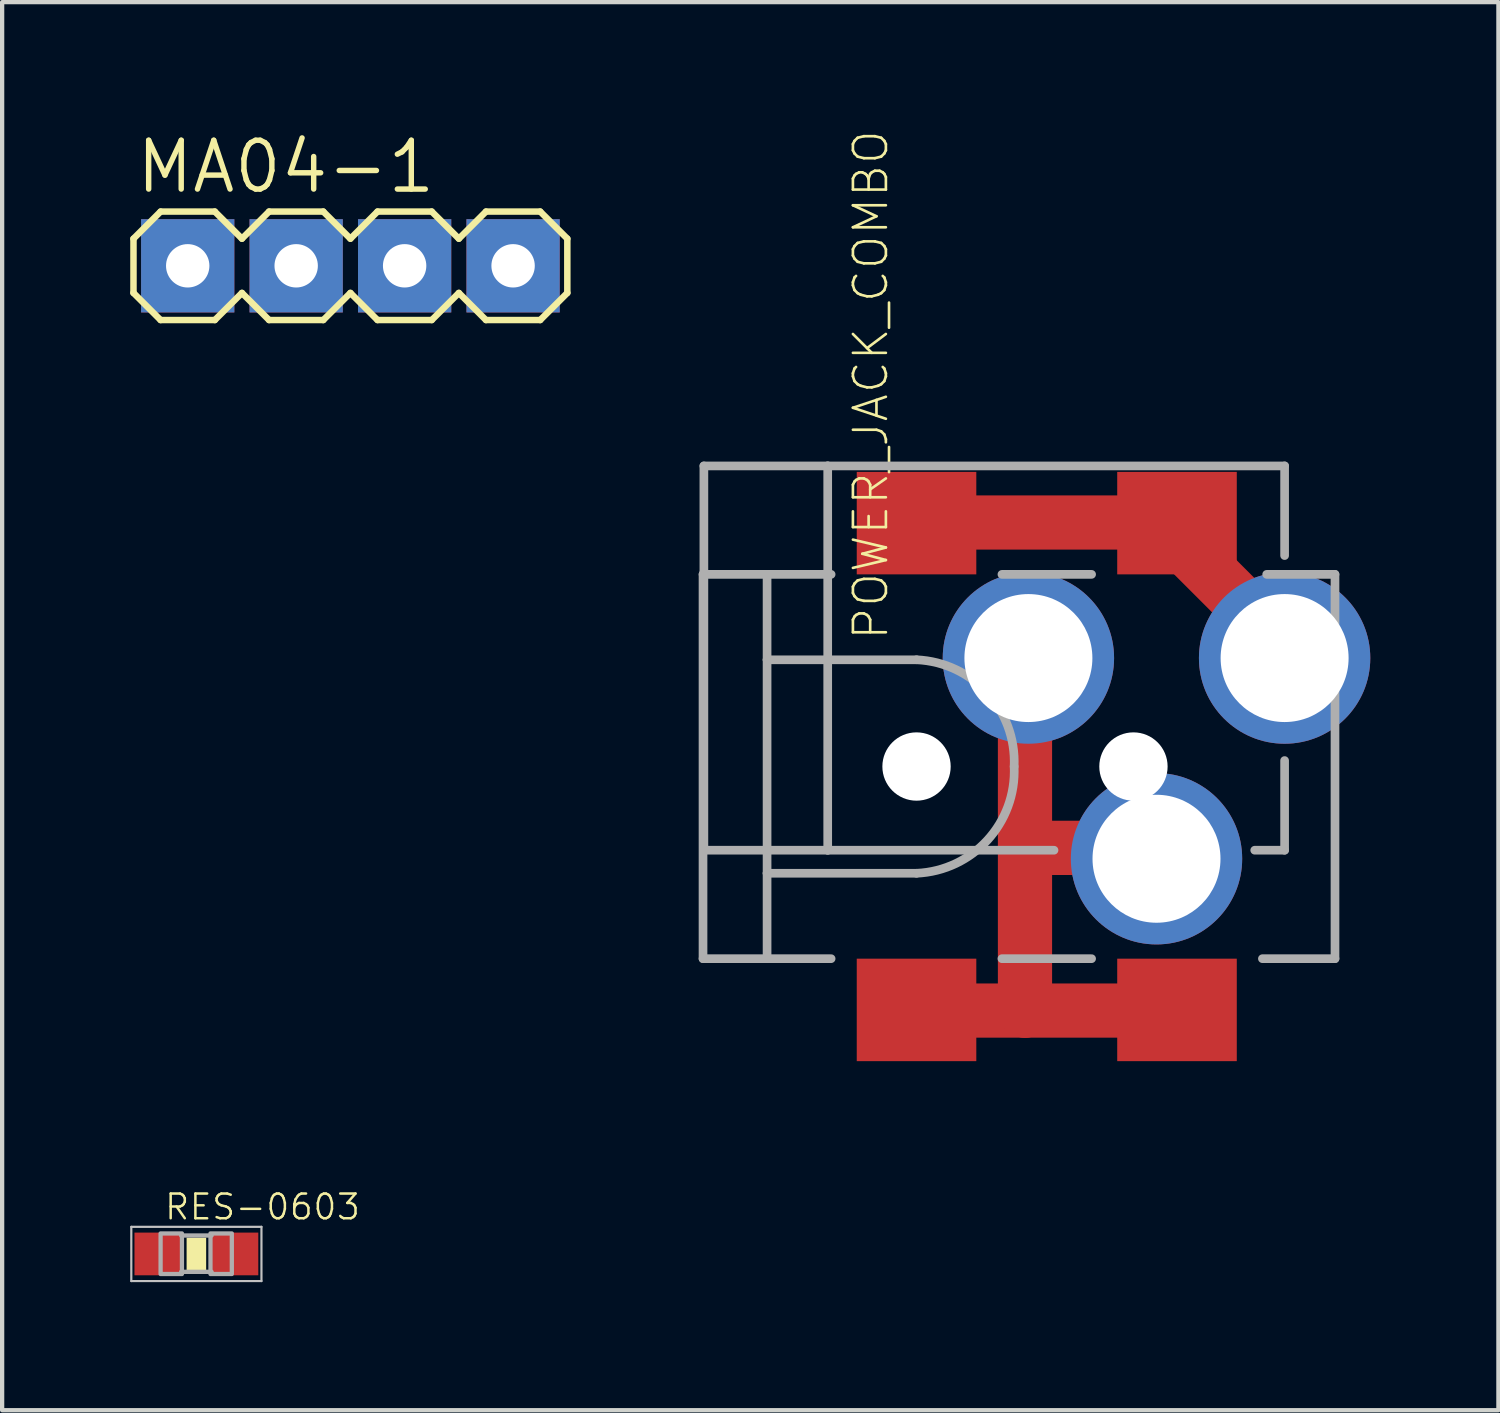
<source format=kicad_pcb>
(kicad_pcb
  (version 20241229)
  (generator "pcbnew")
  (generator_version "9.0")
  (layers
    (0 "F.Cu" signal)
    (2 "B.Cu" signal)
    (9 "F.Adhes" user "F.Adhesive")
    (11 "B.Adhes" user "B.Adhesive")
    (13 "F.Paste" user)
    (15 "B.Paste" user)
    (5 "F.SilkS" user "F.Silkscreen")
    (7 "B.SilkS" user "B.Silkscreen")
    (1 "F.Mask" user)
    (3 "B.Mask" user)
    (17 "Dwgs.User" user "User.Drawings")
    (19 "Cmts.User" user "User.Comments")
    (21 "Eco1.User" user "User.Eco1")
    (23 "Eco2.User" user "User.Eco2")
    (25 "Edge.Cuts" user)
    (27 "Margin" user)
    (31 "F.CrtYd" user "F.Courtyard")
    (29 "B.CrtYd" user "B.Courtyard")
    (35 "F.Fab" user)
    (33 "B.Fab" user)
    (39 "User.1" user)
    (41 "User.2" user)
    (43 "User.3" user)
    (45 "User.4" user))
  (footprint "RES-0603"
    (layer "F.Cu")
    (at 1.549 26.316)
    (property "Reference" "RES-0603" (at -0.778 -0.762 0) (layer "F.SilkS") (effects (font (size 0.579 0.579) (thickness 0.058)) (justify left bottom)))
    (attr through_hole)
    (fp_poly (pts (xy -0.229 0.381) (xy 0.229 0.381) (xy 0.229 -0.381) (xy -0.229 -0.381)) (stroke (width 0) (type solid)) (fill yes) (layer "F.SilkS"))
    (fp_line (start -1.524 -0.635) (end 1.524 -0.635) (stroke (width 0.051) (type solid)) (layer "Dwgs.User"))
    (fp_line (start -1.524 0.635) (end -1.524 -0.635) (stroke (width 0.051) (type solid)) (layer "Dwgs.User"))
    (fp_line (start 1.524 -0.635) (end 1.524 0.635) (stroke (width 0.051) (type solid)) (layer "Dwgs.User"))
    (fp_line (start 1.524 0.635) (end -1.524 0.635) (stroke (width 0.051) (type solid)) (layer "Dwgs.User"))
    (fp_line (start -0.356 -0.432) (end 0.356 -0.432) (stroke (width 0.102) (type solid)) (layer "F.Fab"))
    (fp_line (start -0.356 0.419) (end 0.356 0.419) (stroke (width 0.102) (type solid)) (layer "F.Fab"))
    (fp_poly (pts (xy -0.838 0.47) (xy -0.338 0.47) (xy -0.338 -0.48) (xy -0.838 -0.48)) (stroke (width 0.1) (type solid)) (fill no) (layer "F.Fab"))
    (fp_poly (pts (xy 0.33 0.47) (xy 0.83 0.47) (xy 0.83 -0.48) (xy 0.33 -0.48)) (stroke (width 0.1) (type solid)) (fill no) (layer "F.Fab"))
    (pad "1" smd rect (at -0.9 0) (size 1.1 1) (layers "F.Cu" "F.Mask" "F.Paste"))
    (pad "2" smd rect (at 0.9 0) (size 1.1 1) (layers "F.Cu" "F.Mask" "F.Paste")))
  (footprint "MA04-1"
    (layer "F.Cu")
    (at 5.156 3.175)
    (property "Reference" "MA04-1" (at -5.08 -1.651 0) (layer "F.SilkS") (effects (font (size 1.143 1.143) (thickness 0.127)) (justify left bottom)))
    (fp_line (start -5.08 -0.635) (end -5.08 0.635) (stroke (width 0.152) (type solid)) (layer "F.SilkS"))
    (fp_line (start -5.08 0.635) (end -4.445 1.27) (stroke (width 0.152) (type solid)) (layer "F.SilkS"))
    (fp_line (start -4.445 -1.27) (end -5.08 -0.635) (stroke (width 0.152) (type solid)) (layer "F.SilkS"))
    (fp_line (start -4.445 -1.27) (end -3.175 -1.27) (stroke (width 0.152) (type solid)) (layer "F.SilkS"))
    (fp_line (start -3.175 -1.27) (end -2.54 -0.635) (stroke (width 0.152) (type solid)) (layer "F.SilkS"))
    (fp_line (start -3.175 1.27) (end -4.445 1.27) (stroke (width 0.152) (type solid)) (layer "F.SilkS"))
    (fp_line (start -2.54 -0.635) (end -1.905 -1.27) (stroke (width 0.152) (type solid)) (layer "F.SilkS"))
    (fp_line (start -2.54 0.635) (end -3.175 1.27) (stroke (width 0.152) (type solid)) (layer "F.SilkS"))
    (fp_line (start -1.905 -1.27) (end -0.635 -1.27) (stroke (width 0.152) (type solid)) (layer "F.SilkS"))
    (fp_line (start -1.905 1.27) (end -2.54 0.635) (stroke (width 0.152) (type solid)) (layer "F.SilkS"))
    (fp_line (start -0.635 -1.27) (end 0 -0.635) (stroke (width 0.152) (type solid)) (layer "F.SilkS"))
    (fp_line (start -0.635 1.27) (end -1.905 1.27) (stroke (width 0.152) (type solid)) (layer "F.SilkS"))
    (fp_line (start 0 -0.635) (end 0.635 -1.27) (stroke (width 0.152) (type solid)) (layer "F.SilkS"))
    (fp_line (start 0 0.635) (end -0.635 1.27) (stroke (width 0.152) (type solid)) (layer "F.SilkS"))
    (fp_line (start 0.635 -1.27) (end 1.905 -1.27) (stroke (width 0.152) (type solid)) (layer "F.SilkS"))
    (fp_line (start 0.635 1.27) (end 0 0.635) (stroke (width 0.152) (type solid)) (layer "F.SilkS"))
    (fp_line (start 1.905 -1.27) (end 2.54 -0.635) (stroke (width 0.152) (type solid)) (layer "F.SilkS"))
    (fp_line (start 1.905 1.27) (end 0.635 1.27) (stroke (width 0.152) (type solid)) (layer "F.SilkS"))
    (fp_line (start 2.54 0.635) (end 1.905 1.27) (stroke (width 0.152) (type solid)) (layer "F.SilkS"))
    (fp_line (start 2.54 0.635) (end 3.175 1.27) (stroke (width 0.152) (type solid)) (layer "F.SilkS"))
    (fp_line (start 3.175 -1.27) (end 2.54 -0.635) (stroke (width 0.152) (type solid)) (layer "F.SilkS"))
    (fp_line (start 3.175 -1.27) (end 4.445 -1.27) (stroke (width 0.152) (type solid)) (layer "F.SilkS"))
    (fp_line (start 4.445 -1.27) (end 5.08 -0.635) (stroke (width 0.152) (type solid)) (layer "F.SilkS"))
    (fp_line (start 4.445 1.27) (end 3.175 1.27) (stroke (width 0.152) (type solid)) (layer "F.SilkS"))
    (fp_line (start 5.08 -0.635) (end 5.08 0.635) (stroke (width 0.152) (type solid)) (layer "F.SilkS"))
    (fp_line (start 5.08 0.635) (end 4.445 1.27) (stroke (width 0.152) (type solid)) (layer "F.SilkS"))
    (fp_poly (pts (xy -4.064 0.254) (xy -3.556 0.254) (xy -3.556 -0.254) (xy -4.064 -0.254)) (stroke (width 0.1) (type solid)) (fill no) (layer "F.Fab"))
    (fp_poly (pts (xy -1.524 0.254) (xy -1.016 0.254) (xy -1.016 -0.254) (xy -1.524 -0.254)) (stroke (width 0.1) (type solid)) (fill no) (layer "F.Fab"))
    (fp_poly (pts (xy 1.016 0.254) (xy 1.524 0.254) (xy 1.524 -0.254) (xy 1.016 -0.254)) (stroke (width 0.1) (type solid)) (fill no) (layer "F.Fab"))
    (fp_poly (pts (xy 3.556 0.254) (xy 4.064 0.254) (xy 4.064 -0.254) (xy 3.556 -0.254)) (stroke (width 0.1) (type solid)) (fill no) (layer "F.Fab"))
    (pad "1" thru_hole rect (at -3.81 0 90) (size 2.184 2.184) (drill 1.016) (layers "*.Cu" "*.Mask"))
    (pad "2" thru_hole rect (at -1.27 0 90) (size 2.184 2.184) (drill 1.016) (layers "*.Cu" "*.Mask"))
    (pad "3" thru_hole rect (at 1.27 0 90) (size 2.184 2.184) (drill 1.016) (layers "*.Cu" "*.Mask"))
    (pad "4" thru_hole rect (at 3.81 0 90) (size 2.184 2.184) (drill 1.016) (layers "*.Cu" "*.Mask")))
  (footprint "POWER_JACK_COMBO"
    (layer "F.Cu")
    (at 18.414 14.901)
    (property "Reference" "POWER_JACK_COMBO" (at -0.62 -2.92 90) (layer "F.SilkS") (effects (font (size 0.772 0.772) (thickness 0.062)) (justify left bottom)))
    (attr through_hole)
    (fp_line (start 0 -5.715) (end 6.35 -5.715) (stroke (width 1.27) (type solid)) (layer "F.Cu"))
    (fp_line (start 2.54 -2.54) (end 2.54 1.905) (stroke (width 1.27) (type solid)) (layer "F.Cu"))
    (fp_line (start 2.54 1.905) (end 2.54 5.715) (stroke (width 1.27) (type solid)) (layer "F.Cu"))
    (fp_line (start 2.54 5.715) (end 0 5.715) (stroke (width 1.27) (type solid)) (layer "F.Cu"))
    (fp_line (start 5.715 1.905) (end 2.54 1.905) (stroke (width 1.27) (type solid)) (layer "F.Cu"))
    (fp_line (start 6.35 -5.715) (end 6.35 -5.08) (stroke (width 1.27) (type solid)) (layer "F.Cu"))
    (fp_line (start 6.35 -5.08) (end 8.89 -2.54) (stroke (width 1.27) (type solid)) (layer "F.Cu"))
    (fp_line (start 6.35 5.715) (end 2.54 5.715) (stroke (width 1.27) (type solid)) (layer "F.Cu"))
    (fp_line (start -5 -4.5) (end -5 4.5) (stroke (width 0.203) (type solid)) (layer "F.Fab"))
    (fp_line (start -5 -4.5) (end -3.5 -4.5) (stroke (width 0.203) (type solid)) (layer "F.Fab"))
    (fp_line (start -4.98 1.96) (end -4.98 -7.04) (stroke (width 0.203) (type solid)) (layer "F.Fab"))
    (fp_line (start -4.98 1.96) (end -2.08 1.96) (stroke (width 0.203) (type solid)) (layer "F.Fab"))
    (fp_line (start -3.5 -4.5) (end -3.5 -2.5) (stroke (width 0.203) (type solid)) (layer "F.Fab"))
    (fp_line (start -3.5 -4.5) (end -2 -4.5) (stroke (width 0.203) (type solid)) (layer "F.Fab"))
    (fp_line (start -3.5 -2.5) (end -3.5 2.5) (stroke (width 0.203) (type solid)) (layer "F.Fab"))
    (fp_line (start -3.5 -2.5) (end 0 -2.5) (stroke (width 0.203) (type solid)) (layer "F.Fab"))
    (fp_line (start -3.5 2.5) (end -3.5 4.5) (stroke (width 0.203) (type solid)) (layer "F.Fab"))
    (fp_line (start -3.5 4.5) (end -5 4.5) (stroke (width 0.203) (type solid)) (layer "F.Fab"))
    (fp_line (start -2.08 -7.04) (end -4.98 -7.04) (stroke (width 0.203) (type solid)) (layer "F.Fab"))
    (fp_line (start -2.08 -7.04) (end -2.08 1.96) (stroke (width 0.203) (type solid)) (layer "F.Fab"))
    (fp_line (start -2.08 -7.04) (end 8.62 -7.04) (stroke (width 0.203) (type solid)) (layer "F.Fab"))
    (fp_line (start -2.08 1.96) (end 3.22 1.96) (stroke (width 0.203) (type solid)) (layer "F.Fab"))
    (fp_line (start -2 4.5) (end -3.5 4.5) (stroke (width 0.203) (type solid)) (layer "F.Fab"))
    (fp_line (start 0 2.5) (end -3.5 2.5) (stroke (width 0.203) (type solid)) (layer "F.Fab"))
    (fp_line (start 2 -4.5) (end 4.1 -4.5) (stroke (width 0.203) (type solid)) (layer "F.Fab"))
    (fp_line (start 4.1 4.5) (end 2 4.5) (stroke (width 0.203) (type solid)) (layer "F.Fab"))
    (fp_line (start 8.2 -4.5) (end 9.8 -4.5) (stroke (width 0.203) (type solid)) (layer "F.Fab"))
    (fp_line (start 8.62 -7.04) (end 8.62 -4.94) (stroke (width 0.203) (type solid)) (layer "F.Fab"))
    (fp_line (start 8.62 1.96) (end 7.92 1.96) (stroke (width 0.203) (type solid)) (layer "F.Fab"))
    (fp_line (start 8.62 1.96) (end 8.62 -0.14) (stroke (width 0.203) (type solid)) (layer "F.Fab"))
    (fp_line (start 9.8 -4.5) (end 9.8 4.5) (stroke (width 0.203) (type solid)) (layer "F.Fab"))
    (fp_line (start 9.8 4.5) (end 8.1 4.5) (stroke (width 0.203) (type solid)) (layer "F.Fab"))
    (fp_arc (start 0 -2.5) (mid 1.660767 -1.723446) (end 2.286 0) (stroke (width 0.2032) (type solid)) (layer "F.Fab"))
    (fp_arc (start 2.286 0) (mid 1.660767 1.723446) (end 0 2.5) (stroke (width 0.2032) (type solid)) (layer "F.Fab"))
    (pad "" np_thru_hole circle (at 0 0) (size 1.6 1.6) (drill 1.6) (layers "*.Cu" "*.Mask"))
    (pad "" np_thru_hole circle (at 5.08 0) (size 1.6 1.6) (drill 1.6) (layers "*.Cu" "*.Mask"))
    (pad "GND" thru_hole circle (at 5.62 2.16) (size 4.013 4.013) (drill 2.997) (layers "*.Cu" "*.Mask"))
    (pad "GND@1" thru_hole circle (at 2.62 -2.54 270) (size 4.013 4.013) (drill 2.997) (layers "*.Cu" "*.Mask"))
    (pad "GND@3" smd rect (at 0 5.7) (size 2.8 2.4) (layers "F.Cu" "F.Mask" "F.Paste"))
    (pad "GND@4" smd rect (at 6.1 5.7) (size 2.8 2.4) (layers "F.Cu" "F.Mask" "F.Paste"))
    (pad "POWER" thru_hole circle (at 8.62 -2.54 270) (size 4.013 4.013) (drill 2.997) (layers "*.Cu" "*.Mask"))
    (pad "POWER@1" smd rect (at 0 -5.7) (size 2.8 2.4) (layers "F.Cu" "F.Mask" "F.Paste"))
    (pad "POWER@2" smd rect (at 6.1 -5.7) (size 2.8 2.4) (layers "F.Cu" "F.Mask" "F.Paste")))
  (gr_rect
    (start -3 -3)
    (end 32.041 29.976)
    (stroke (width 0.1) (type default))
    (fill no)
    (layer "Edge.Cuts")))
</source>
